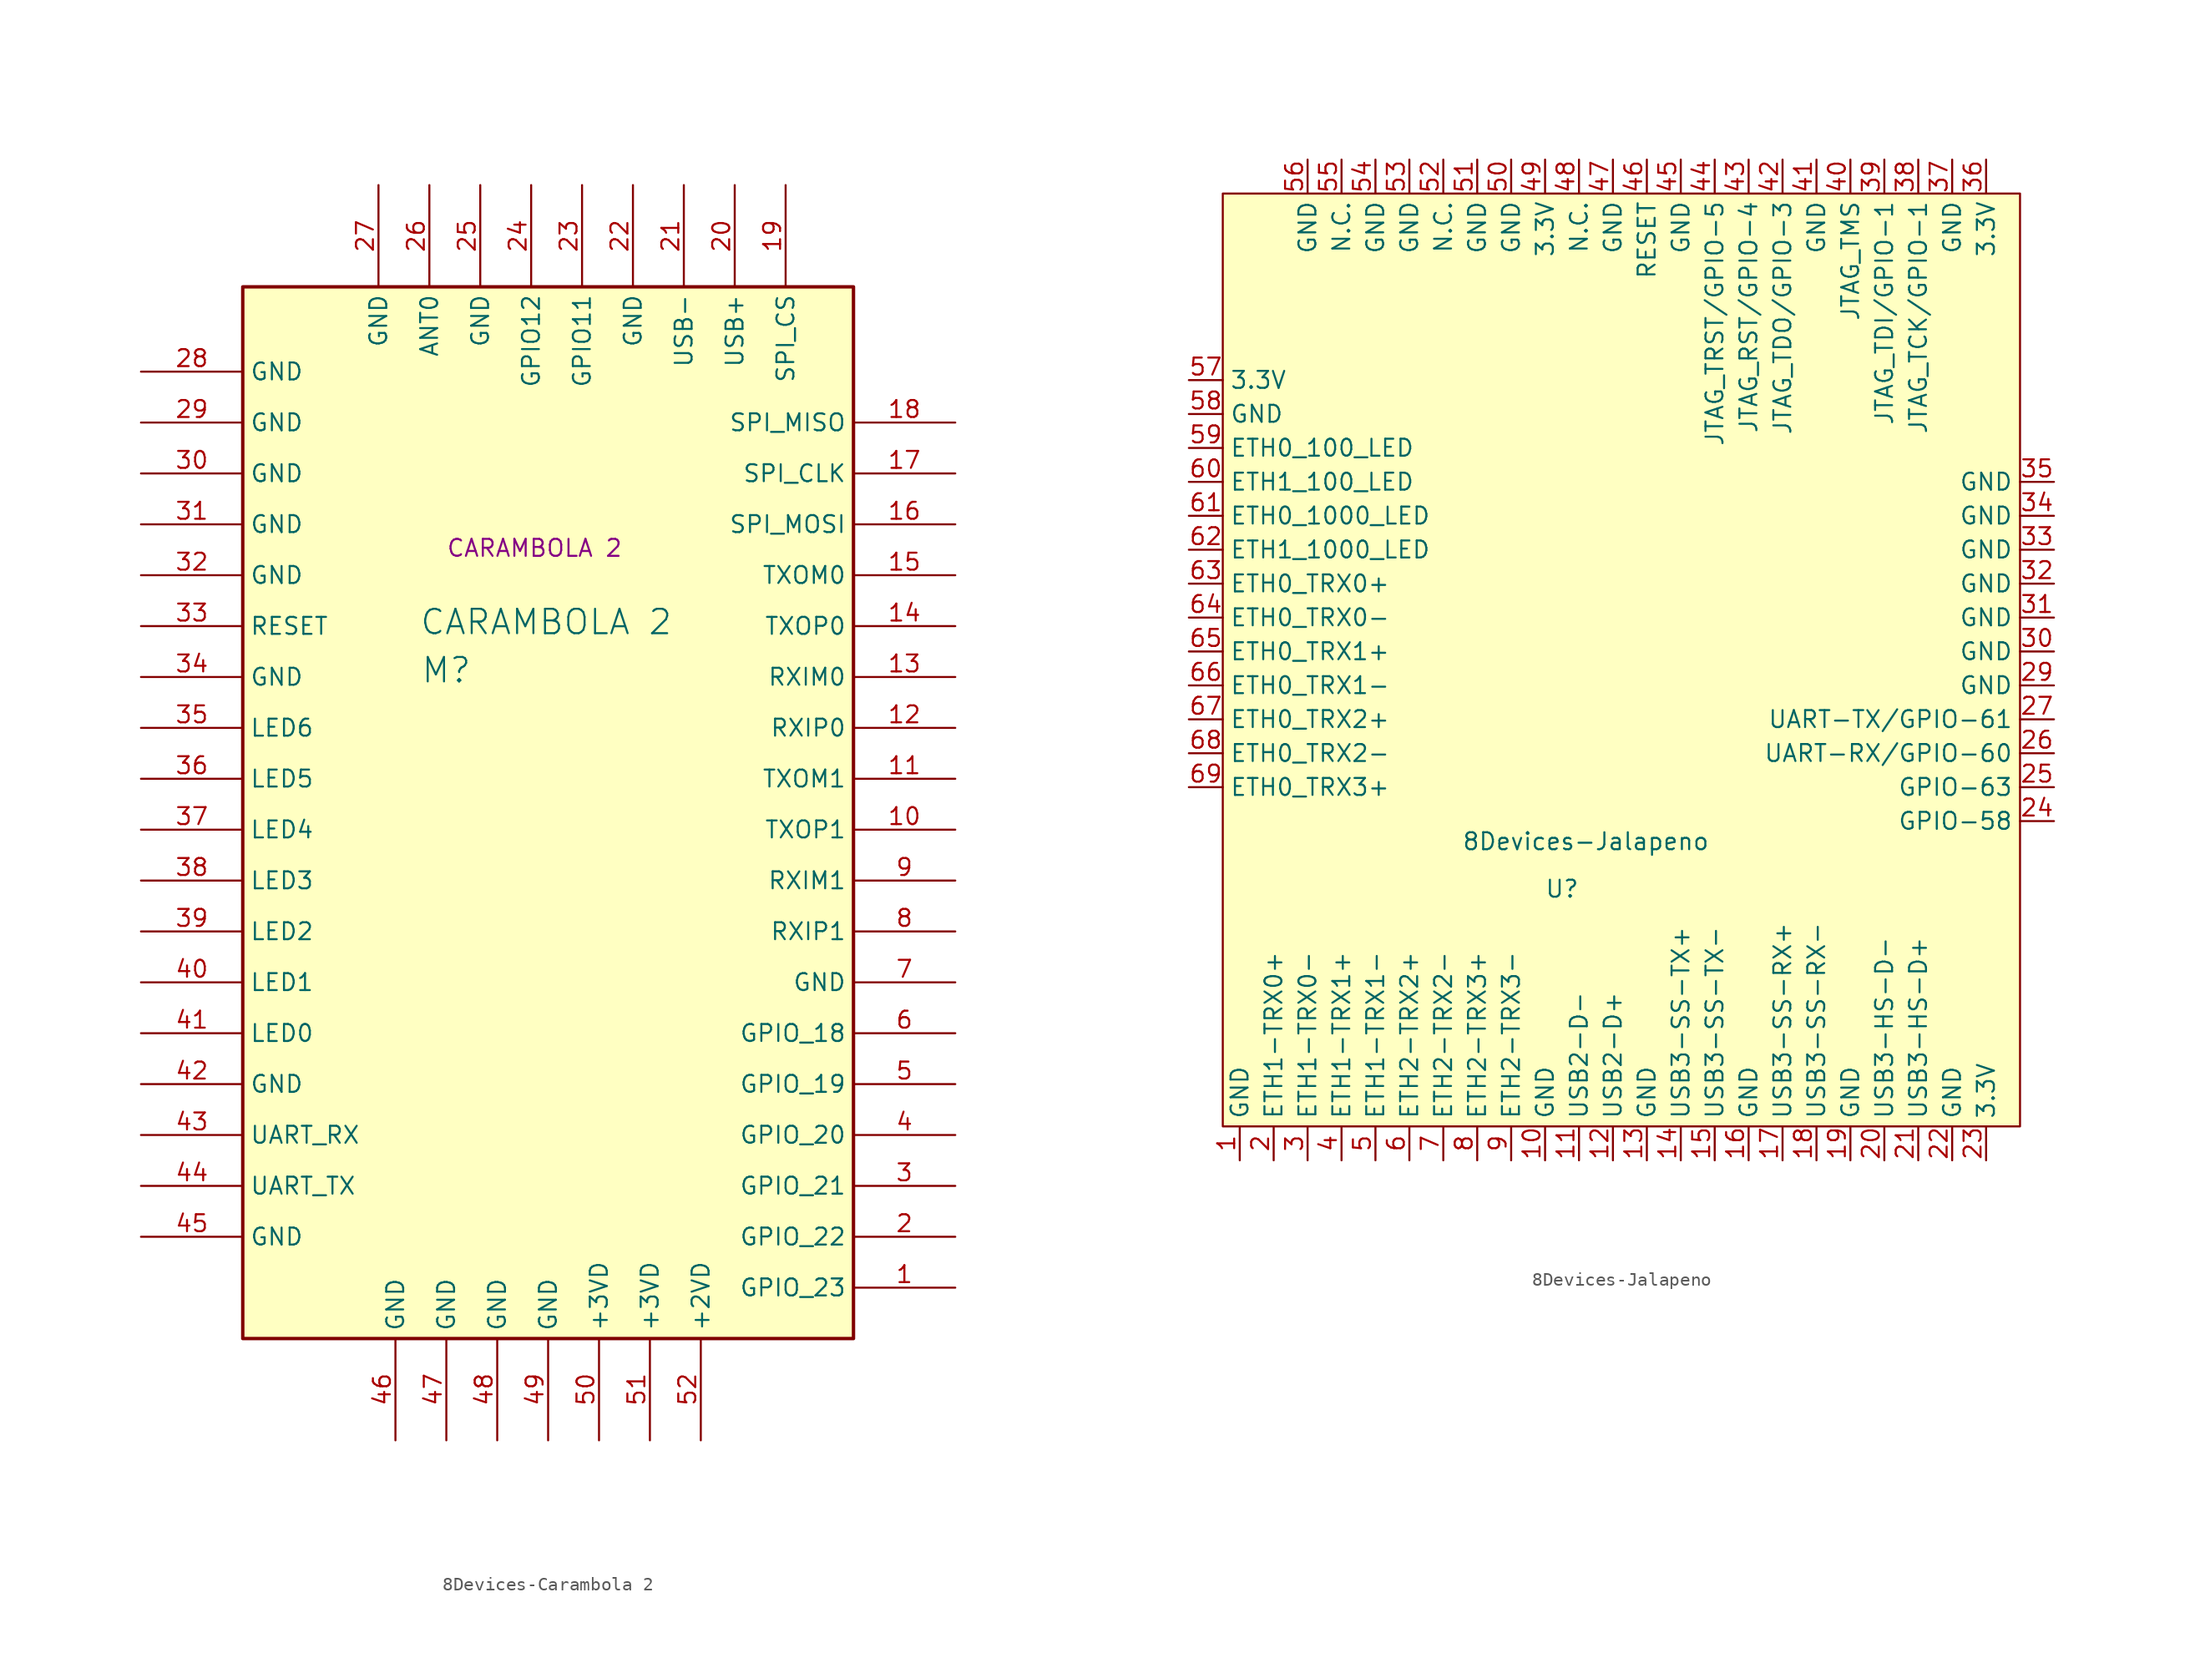
<source format=kicad_sym>
(kicad_symbol_lib
  (version 20231120)
  (generator "kicad_symbol_editor")
  (generator_version "8.0")
  (symbol "8Devices-Carambola 2"
    (property "Reference" "M"
      (at 15.24 -28.702 0)
      (effects (font (size 1.829 1.829))))
    (property "Value" "CARAMBOLA 2"
      (at 13.208 -26.162 0)
      (effects (font (size 1.829 1.829)) (justify left bottom)))
    (property "Name" "CARAMBOLA 2"
      (at 21.844 -19.558 0)
      (effects (font (size 1.27 1.27))))
    (symbol "8Devices-Carambola 2_1_0"
      (rectangle (start 0 0) (end 45.72 -78.74) (stroke (width 0.254) (type solid) (color 128 0 0 1)) (fill (type background)))
      (pin passive line (at 53.34 -74.93 180) (length 7.62) (name "GPIO_23" (effects (font (size 1.27 1.27)))) (number "1" (effects (font (size 1.27 1.27)))))
      (pin passive line (at 53.34 -40.64 180) (length 7.62) (name "TXOP1" (effects (font (size 1.27 1.27)))) (number "10" (effects (font (size 1.27 1.27)))))
      (pin passive line (at 53.34 -36.83 180) (length 7.62) (name "TXOM1" (effects (font (size 1.27 1.27)))) (number "11" (effects (font (size 1.27 1.27)))))
      (pin passive line (at 53.34 -33.02 180) (length 7.62) (name "RXIP0" (effects (font (size 1.27 1.27)))) (number "12" (effects (font (size 1.27 1.27)))))
      (pin passive line (at 53.34 -29.21 180) (length 7.62) (name "RXIM0" (effects (font (size 1.27 1.27)))) (number "13" (effects (font (size 1.27 1.27)))))
      (pin passive line (at 53.34 -25.4 180) (length 7.62) (name "TXOP0" (effects (font (size 1.27 1.27)))) (number "14" (effects (font (size 1.27 1.27)))))
      (pin passive line (at 53.34 -21.59 180) (length 7.62) (name "TXOM0" (effects (font (size 1.27 1.27)))) (number "15" (effects (font (size 1.27 1.27)))))
      (pin passive line (at 53.34 -17.78 180) (length 7.62) (name "SPI_MOSI" (effects (font (size 1.27 1.27)))) (number "16" (effects (font (size 1.27 1.27)))))
      (pin passive line (at 53.34 -13.97 180) (length 7.62) (name "SPI_CLK" (effects (font (size 1.27 1.27)))) (number "17" (effects (font (size 1.27 1.27)))))
      (pin passive line (at 53.34 -10.16 180) (length 7.62) (name "SPI_MISO" (effects (font (size 1.27 1.27)))) (number "18" (effects (font (size 1.27 1.27)))))
      (pin passive line (at 40.64 7.62 270) (length 7.62) (name "SPI_CS" (effects (font (size 1.27 1.27)))) (number "19" (effects (font (size 1.27 1.27)))))
      (pin passive line (at 53.34 -71.12 180) (length 7.62) (name "GPIO_22" (effects (font (size 1.27 1.27)))) (number "2" (effects (font (size 1.27 1.27)))))
      (pin passive line (at 36.83 7.62 270) (length 7.62) (name "USB+" (effects (font (size 1.27 1.27)))) (number "20" (effects (font (size 1.27 1.27)))))
      (pin passive line (at 33.02 7.62 270) (length 7.62) (name "USB-" (effects (font (size 1.27 1.27)))) (number "21" (effects (font (size 1.27 1.27)))))
      (pin passive line (at 29.21 7.62 270) (length 7.62) (name "GND" (effects (font (size 1.27 1.27)))) (number "22" (effects (font (size 1.27 1.27)))))
      (pin passive line (at 25.4 7.62 270) (length 7.62) (name "GPIO11" (effects (font (size 1.27 1.27)))) (number "23" (effects (font (size 1.27 1.27)))))
      (pin passive line (at 21.59 7.62 270) (length 7.62) (name "GPIO12" (effects (font (size 1.27 1.27)))) (number "24" (effects (font (size 1.27 1.27)))))
      (pin passive line (at 17.78 7.62 270) (length 7.62) (name "GND" (effects (font (size 1.27 1.27)))) (number "25" (effects (font (size 1.27 1.27)))))
      (pin passive line (at 13.97 7.62 270) (length 7.62) (name "ANT0" (effects (font (size 1.27 1.27)))) (number "26" (effects (font (size 1.27 1.27)))))
      (pin passive line (at 10.16 7.62 270) (length 7.62) (name "GND" (effects (font (size 1.27 1.27)))) (number "27" (effects (font (size 1.27 1.27)))))
      (pin passive line (at -7.62 -6.35 0) (length 7.62) (name "GND" (effects (font (size 1.27 1.27)))) (number "28" (effects (font (size 1.27 1.27)))))
      (pin passive line (at -7.62 -10.16 0) (length 7.62) (name "GND" (effects (font (size 1.27 1.27)))) (number "29" (effects (font (size 1.27 1.27)))))
      (pin passive line (at 53.34 -67.31 180) (length 7.62) (name "GPIO_21" (effects (font (size 1.27 1.27)))) (number "3" (effects (font (size 1.27 1.27)))))
      (pin passive line (at -7.62 -13.97 0) (length 7.62) (name "GND" (effects (font (size 1.27 1.27)))) (number "30" (effects (font (size 1.27 1.27)))))
      (pin passive line (at -7.62 -17.78 0) (length 7.62) (name "GND" (effects (font (size 1.27 1.27)))) (number "31" (effects (font (size 1.27 1.27)))))
      (pin passive line (at -7.62 -21.59 0) (length 7.62) (name "GND" (effects (font (size 1.27 1.27)))) (number "32" (effects (font (size 1.27 1.27)))))
      (pin passive line (at -7.62 -25.4 0) (length 7.62) (name "RESET" (effects (font (size 1.27 1.27)))) (number "33" (effects (font (size 1.27 1.27)))))
      (pin passive line (at -7.62 -29.21 0) (length 7.62) (name "GND" (effects (font (size 1.27 1.27)))) (number "34" (effects (font (size 1.27 1.27)))))
      (pin passive line (at -7.62 -33.02 0) (length 7.62) (name "LED6" (effects (font (size 1.27 1.27)))) (number "35" (effects (font (size 1.27 1.27)))))
      (pin passive line (at -7.62 -36.83 0) (length 7.62) (name "LED5" (effects (font (size 1.27 1.27)))) (number "36" (effects (font (size 1.27 1.27)))))
      (pin passive line (at -7.62 -40.64 0) (length 7.62) (name "LED4" (effects (font (size 1.27 1.27)))) (number "37" (effects (font (size 1.27 1.27)))))
      (pin passive line (at -7.62 -44.45 0) (length 7.62) (name "LED3" (effects (font (size 1.27 1.27)))) (number "38" (effects (font (size 1.27 1.27)))))
      (pin passive line (at -7.62 -48.26 0) (length 7.62) (name "LED2" (effects (font (size 1.27 1.27)))) (number "39" (effects (font (size 1.27 1.27)))))
      (pin passive line (at 53.34 -63.5 180) (length 7.62) (name "GPIO_20" (effects (font (size 1.27 1.27)))) (number "4" (effects (font (size 1.27 1.27)))))
      (pin passive line (at -7.62 -52.07 0) (length 7.62) (name "LED1" (effects (font (size 1.27 1.27)))) (number "40" (effects (font (size 1.27 1.27)))))
      (pin passive line (at -7.62 -55.88 0) (length 7.62) (name "LED0" (effects (font (size 1.27 1.27)))) (number "41" (effects (font (size 1.27 1.27)))))
      (pin passive line (at -7.62 -59.69 0) (length 7.62) (name "GND" (effects (font (size 1.27 1.27)))) (number "42" (effects (font (size 1.27 1.27)))))
      (pin passive line (at -7.62 -63.5 0) (length 7.62) (name "UART_RX" (effects (font (size 1.27 1.27)))) (number "43" (effects (font (size 1.27 1.27)))))
      (pin passive line (at -7.62 -67.31 0) (length 7.62) (name "UART_TX" (effects (font (size 1.27 1.27)))) (number "44" (effects (font (size 1.27 1.27)))))
      (pin passive line (at -7.62 -71.12 0) (length 7.62) (name "GND" (effects (font (size 1.27 1.27)))) (number "45" (effects (font (size 1.27 1.27)))))
      (pin passive line (at 11.43 -86.36 90) (length 7.62) (name "GND" (effects (font (size 1.27 1.27)))) (number "46" (effects (font (size 1.27 1.27)))))
      (pin passive line (at 15.24 -86.36 90) (length 7.62) (name "GND" (effects (font (size 1.27 1.27)))) (number "47" (effects (font (size 1.27 1.27)))))
      (pin passive line (at 19.05 -86.36 90) (length 7.62) (name "GND" (effects (font (size 1.27 1.27)))) (number "48" (effects (font (size 1.27 1.27)))))
      (pin passive line (at 22.86 -86.36 90) (length 7.62) (name "GND" (effects (font (size 1.27 1.27)))) (number "49" (effects (font (size 1.27 1.27)))))
      (pin passive line (at 53.34 -59.69 180) (length 7.62) (name "GPIO_19" (effects (font (size 1.27 1.27)))) (number "5" (effects (font (size 1.27 1.27)))))
      (pin passive line (at 26.67 -86.36 90) (length 7.62) (name "+3VD" (effects (font (size 1.27 1.27)))) (number "50" (effects (font (size 1.27 1.27)))))
      (pin passive line (at 30.48 -86.36 90) (length 7.62) (name "+3VD" (effects (font (size 1.27 1.27)))) (number "51" (effects (font (size 1.27 1.27)))))
      (pin passive line (at 34.29 -86.36 90) (length 7.62) (name "+2VD" (effects (font (size 1.27 1.27)))) (number "52" (effects (font (size 1.27 1.27)))))
      (pin passive line (at 53.34 -55.88 180) (length 7.62) (name "GPIO_18" (effects (font (size 1.27 1.27)))) (number "6" (effects (font (size 1.27 1.27)))))
      (pin passive line (at 53.34 -52.07 180) (length 7.62) (name "GND" (effects (font (size 1.27 1.27)))) (number "7" (effects (font (size 1.27 1.27)))))
      (pin passive line (at 53.34 -48.26 180) (length 7.62) (name "RXIP1" (effects (font (size 1.27 1.27)))) (number "8" (effects (font (size 1.27 1.27)))))
      (pin passive line (at 53.34 -44.45 180) (length 7.62) (name "RXIM1" (effects (font (size 1.27 1.27)))) (number "9" (effects (font (size 1.27 1.27)))))))
  (symbol "8Devices-Jalapeno"
    (property "Reference" "U"
      (at 0 0 0)
      (effects (font (size 1.27 1.27))))
    (property "Value" "8Devices-Jalapeno"
      (at 1.778 3.556 0)
      (effects (font (size 1.27 1.27))))
    (symbol "8Devices-Jalapeno_1_1"
      (rectangle (start -25.4 52.07) (end 34.29 -17.78) (stroke (width 0) (type default)) (fill (type background)))
      (pin input line (at -24.13 -20.32 90) (length 2.54) (name "GND" (effects (font (size 1.27 1.27)))) (number "1" (effects (font (size 1.27 1.27)))))
      (pin input line (at -1.27 -20.32 90) (length 2.54) (name "GND" (effects (font (size 1.27 1.27)))) (number "10" (effects (font (size 1.27 1.27)))))
      (pin input line (at 1.27 -20.32 90) (length 2.54) (name "USB2-D-" (effects (font (size 1.27 1.27)))) (number "11" (effects (font (size 1.27 1.27)))))
      (pin input line (at 3.81 -20.32 90) (length 2.54) (name "USB2-D+" (effects (font (size 1.27 1.27)))) (number "12" (effects (font (size 1.27 1.27)))))
      (pin input line (at 6.35 -20.32 90) (length 2.54) (name "GND" (effects (font (size 1.27 1.27)))) (number "13" (effects (font (size 1.27 1.27)))))
      (pin input line (at 8.89 -20.32 90) (length 2.54) (name "USB3-SS-TX+" (effects (font (size 1.27 1.27)))) (number "14" (effects (font (size 1.27 1.27)))))
      (pin input line (at 11.43 -20.32 90) (length 2.54) (name "USB3-SS-TX-" (effects (font (size 1.27 1.27)))) (number "15" (effects (font (size 1.27 1.27)))))
      (pin input line (at 13.97 -20.32 90) (length 2.54) (name "GND" (effects (font (size 1.27 1.27)))) (number "16" (effects (font (size 1.27 1.27)))))
      (pin input line (at 16.51 -20.32 90) (length 2.54) (name "USB3-SS-RX+" (effects (font (size 1.27 1.27)))) (number "17" (effects (font (size 1.27 1.27)))))
      (pin input line (at 19.05 -20.32 90) (length 2.54) (name "USB3-SS-RX-" (effects (font (size 1.27 1.27)))) (number "18" (effects (font (size 1.27 1.27)))))
      (pin input line (at 21.59 -20.32 90) (length 2.54) (name "GND" (effects (font (size 1.27 1.27)))) (number "19" (effects (font (size 1.27 1.27)))))
      (pin input line (at -21.59 -20.32 90) (length 2.54) (name "ETH1-TRX0+" (effects (font (size 1.27 1.27)))) (number "2" (effects (font (size 1.27 1.27)))))
      (pin input line (at 24.13 -20.32 90) (length 2.54) (name "USB3-HS-D-" (effects (font (size 1.27 1.27)))) (number "20" (effects (font (size 1.27 1.27)))))
      (pin input line (at 26.67 -20.32 90) (length 2.54) (name "USB3-HS-D+" (effects (font (size 1.27 1.27)))) (number "21" (effects (font (size 1.27 1.27)))))
      (pin input line (at 29.21 -20.32 90) (length 2.54) (name "GND" (effects (font (size 1.27 1.27)))) (number "22" (effects (font (size 1.27 1.27)))))
      (pin input line (at 31.75 -20.32 90) (length 2.54) (name "3.3V" (effects (font (size 1.27 1.27)))) (number "23" (effects (font (size 1.27 1.27)))))
      (pin input line (at 36.83 5.08 180) (length 2.54) (name "GPIO-58" (effects (font (size 1.27 1.27)))) (number "24" (effects (font (size 1.27 1.27)))))
      (pin input line (at 36.83 7.62 180) (length 2.54) (name "GPIO-63" (effects (font (size 1.27 1.27)))) (number "25" (effects (font (size 1.27 1.27)))))
      (pin input line (at 36.83 10.16 180) (length 2.54) (name "UART-RX/GPIO-60" (effects (font (size 1.27 1.27)))) (number "26" (effects (font (size 1.27 1.27)))))
      (pin input line (at 36.83 12.7 180) (length 2.54) (name "UART-TX/GPIO-61" (effects (font (size 1.27 1.27)))) (number "27" (effects (font (size 1.27 1.27)))))
      (pin input line (at 36.83 15.24 180) (length 2.54) (name "GND" (effects (font (size 1.27 1.27)))) (number "29" (effects (font (size 1.27 1.27)))))
      (pin input line (at -19.05 -20.32 90) (length 2.54) (name "ETH1-TRX0-" (effects (font (size 1.27 1.27)))) (number "3" (effects (font (size 1.27 1.27)))))
      (pin input line (at 36.83 17.78 180) (length 2.54) (name "GND" (effects (font (size 1.27 1.27)))) (number "30" (effects (font (size 1.27 1.27)))))
      (pin input line (at 36.83 20.32 180) (length 2.54) (name "GND" (effects (font (size 1.27 1.27)))) (number "31" (effects (font (size 1.27 1.27)))))
      (pin input line (at 36.83 22.86 180) (length 2.54) (name "GND" (effects (font (size 1.27 1.27)))) (number "32" (effects (font (size 1.27 1.27)))))
      (pin input line (at 36.83 25.4 180) (length 2.54) (name "GND" (effects (font (size 1.27 1.27)))) (number "33" (effects (font (size 1.27 1.27)))))
      (pin input line (at 36.83 27.94 180) (length 2.54) (name "GND" (effects (font (size 1.27 1.27)))) (number "34" (effects (font (size 1.27 1.27)))))
      (pin input line (at 36.83 30.48 180) (length 2.54) (name "GND" (effects (font (size 1.27 1.27)))) (number "35" (effects (font (size 1.27 1.27)))))
      (pin input line (at 31.75 54.61 270) (length 2.54) (name "3.3V" (effects (font (size 1.27 1.27)))) (number "36" (effects (font (size 1.27 1.27)))))
      (pin input line (at 29.21 54.61 270) (length 2.54) (name "GND" (effects (font (size 1.27 1.27)))) (number "37" (effects (font (size 1.27 1.27)))))
      (pin input line (at 26.67 54.61 270) (length 2.54) (name "JTAG_TCK/GPIO-1" (effects (font (size 1.27 1.27)))) (number "38" (effects (font (size 1.27 1.27)))))
      (pin input line (at 24.13 54.61 270) (length 2.54) (name "JTAG_TDI/GPIO-1" (effects (font (size 1.27 1.27)))) (number "39" (effects (font (size 1.27 1.27)))))
      (pin input line (at -16.51 -20.32 90) (length 2.54) (name "ETH1-TRX1+" (effects (font (size 1.27 1.27)))) (number "4" (effects (font (size 1.27 1.27)))))
      (pin input line (at 21.59 54.61 270) (length 2.54) (name "JTAG_TMS" (effects (font (size 1.27 1.27)))) (number "40" (effects (font (size 1.27 1.27)))))
      (pin input line (at 19.05 54.61 270) (length 2.54) (name "GND" (effects (font (size 1.27 1.27)))) (number "41" (effects (font (size 1.27 1.27)))))
      (pin input line (at 16.51 54.61 270) (length 2.54) (name "JTAG_TDO/GPIO-3" (effects (font (size 1.27 1.27)))) (number "42" (effects (font (size 1.27 1.27)))))
      (pin input line (at 13.97 54.61 270) (length 2.54) (name "JTAG_RST/GPIO-4" (effects (font (size 1.27 1.27)))) (number "43" (effects (font (size 1.27 1.27)))))
      (pin input line (at 11.43 54.61 270) (length 2.54) (name "JTAG_TRST/GPIO-5" (effects (font (size 1.27 1.27)))) (number "44" (effects (font (size 1.27 1.27)))))
      (pin input line (at 8.89 54.61 270) (length 2.54) (name "GND" (effects (font (size 1.27 1.27)))) (number "45" (effects (font (size 1.27 1.27)))))
      (pin input line (at 6.35 54.61 270) (length 2.54) (name "RESET" (effects (font (size 1.27 1.27)))) (number "46" (effects (font (size 1.27 1.27)))))
      (pin input line (at 3.81 54.61 270) (length 2.54) (name "GND" (effects (font (size 1.27 1.27)))) (number "47" (effects (font (size 1.27 1.27)))))
      (pin input line (at 1.27 54.61 270) (length 2.54) (name "N.C." (effects (font (size 1.27 1.27)))) (number "48" (effects (font (size 1.27 1.27)))))
      (pin input line (at -1.27 54.61 270) (length 2.54) (name "3.3V" (effects (font (size 1.27 1.27)))) (number "49" (effects (font (size 1.27 1.27)))))
      (pin input line (at -13.97 -20.32 90) (length 2.54) (name "ETH1-TRX1-" (effects (font (size 1.27 1.27)))) (number "5" (effects (font (size 1.27 1.27)))))
      (pin input line (at -3.81 54.61 270) (length 2.54) (name "GND" (effects (font (size 1.27 1.27)))) (number "50" (effects (font (size 1.27 1.27)))))
      (pin input line (at -6.35 54.61 270) (length 2.54) (name "GND" (effects (font (size 1.27 1.27)))) (number "51" (effects (font (size 1.27 1.27)))))
      (pin input line (at -8.89 54.61 270) (length 2.54) (name "N.C." (effects (font (size 1.27 1.27)))) (number "52" (effects (font (size 1.27 1.27)))))
      (pin input line (at -11.43 54.61 270) (length 2.54) (name "GND" (effects (font (size 1.27 1.27)))) (number "53" (effects (font (size 1.27 1.27)))))
      (pin input line (at -13.97 54.61 270) (length 2.54) (name "GND" (effects (font (size 1.27 1.27)))) (number "54" (effects (font (size 1.27 1.27)))))
      (pin input line (at -16.51 54.61 270) (length 2.54) (name "N.C." (effects (font (size 1.27 1.27)))) (number "55" (effects (font (size 1.27 1.27)))))
      (pin input line (at -19.05 54.61 270) (length 2.54) (name "GND" (effects (font (size 1.27 1.27)))) (number "56" (effects (font (size 1.27 1.27)))))
      (pin input line (at -27.94 38.1 0) (length 2.54) (name "3.3V" (effects (font (size 1.27 1.27)))) (number "57" (effects (font (size 1.27 1.27)))))
      (pin input line (at -27.94 35.56 0) (length 2.54) (name "GND" (effects (font (size 1.27 1.27)))) (number "58" (effects (font (size 1.27 1.27)))))
      (pin input line (at -27.94 33.02 0) (length 2.54) (name "ETH0_100_LED" (effects (font (size 1.27 1.27)))) (number "59" (effects (font (size 1.27 1.27)))))
      (pin input line (at -11.43 -20.32 90) (length 2.54) (name "ETH2-TRX2+" (effects (font (size 1.27 1.27)))) (number "6" (effects (font (size 1.27 1.27)))))
      (pin input line (at -27.94 30.48 0) (length 2.54) (name "ETH1_100_LED" (effects (font (size 1.27 1.27)))) (number "60" (effects (font (size 1.27 1.27)))))
      (pin input line (at -27.94 27.94 0) (length 2.54) (name "ETH0_1000_LED" (effects (font (size 1.27 1.27)))) (number "61" (effects (font (size 1.27 1.27)))))
      (pin input line (at -27.94 25.4 0) (length 2.54) (name "ETH1_1000_LED" (effects (font (size 1.27 1.27)))) (number "62" (effects (font (size 1.27 1.27)))))
      (pin input line (at -27.94 22.86 0) (length 2.54) (name "ETH0_TRX0+" (effects (font (size 1.27 1.27)))) (number "63" (effects (font (size 1.27 1.27)))))
      (pin input line (at -27.94 20.32 0) (length 2.54) (name "ETH0_TRX0-" (effects (font (size 1.27 1.27)))) (number "64" (effects (font (size 1.27 1.27)))))
      (pin input line (at -27.94 17.78 0) (length 2.54) (name "ETH0_TRX1+" (effects (font (size 1.27 1.27)))) (number "65" (effects (font (size 1.27 1.27)))))
      (pin input line (at -27.94 15.24 0) (length 2.54) (name "ETH0_TRX1-" (effects (font (size 1.27 1.27)))) (number "66" (effects (font (size 1.27 1.27)))))
      (pin input line (at -27.94 12.7 0) (length 2.54) (name "ETH0_TRX2+" (effects (font (size 1.27 1.27)))) (number "67" (effects (font (size 1.27 1.27)))))
      (pin input line (at -27.94 10.16 0) (length 2.54) (name "ETH0_TRX2-" (effects (font (size 1.27 1.27)))) (number "68" (effects (font (size 1.27 1.27)))))
      (pin input line (at -27.94 7.62 0) (length 2.54) (name "ETH0_TRX3+" (effects (font (size 1.27 1.27)))) (number "69" (effects (font (size 1.27 1.27)))))
      (pin input line (at -8.89 -20.32 90) (length 2.54) (name "ETH2-TRX2-" (effects (font (size 1.27 1.27)))) (number "7" (effects (font (size 1.27 1.27)))))
      (pin input line (at -6.35 -20.32 90) (length 2.54) (name "ETH2-TRX3+" (effects (font (size 1.27 1.27)))) (number "8" (effects (font (size 1.27 1.27)))))
      (pin input line (at -3.81 -20.32 90) (length 2.54) (name "ETH2-TRX3-" (effects (font (size 1.27 1.27)))) (number "9" (effects (font (size 1.27 1.27))))))))
</source>
